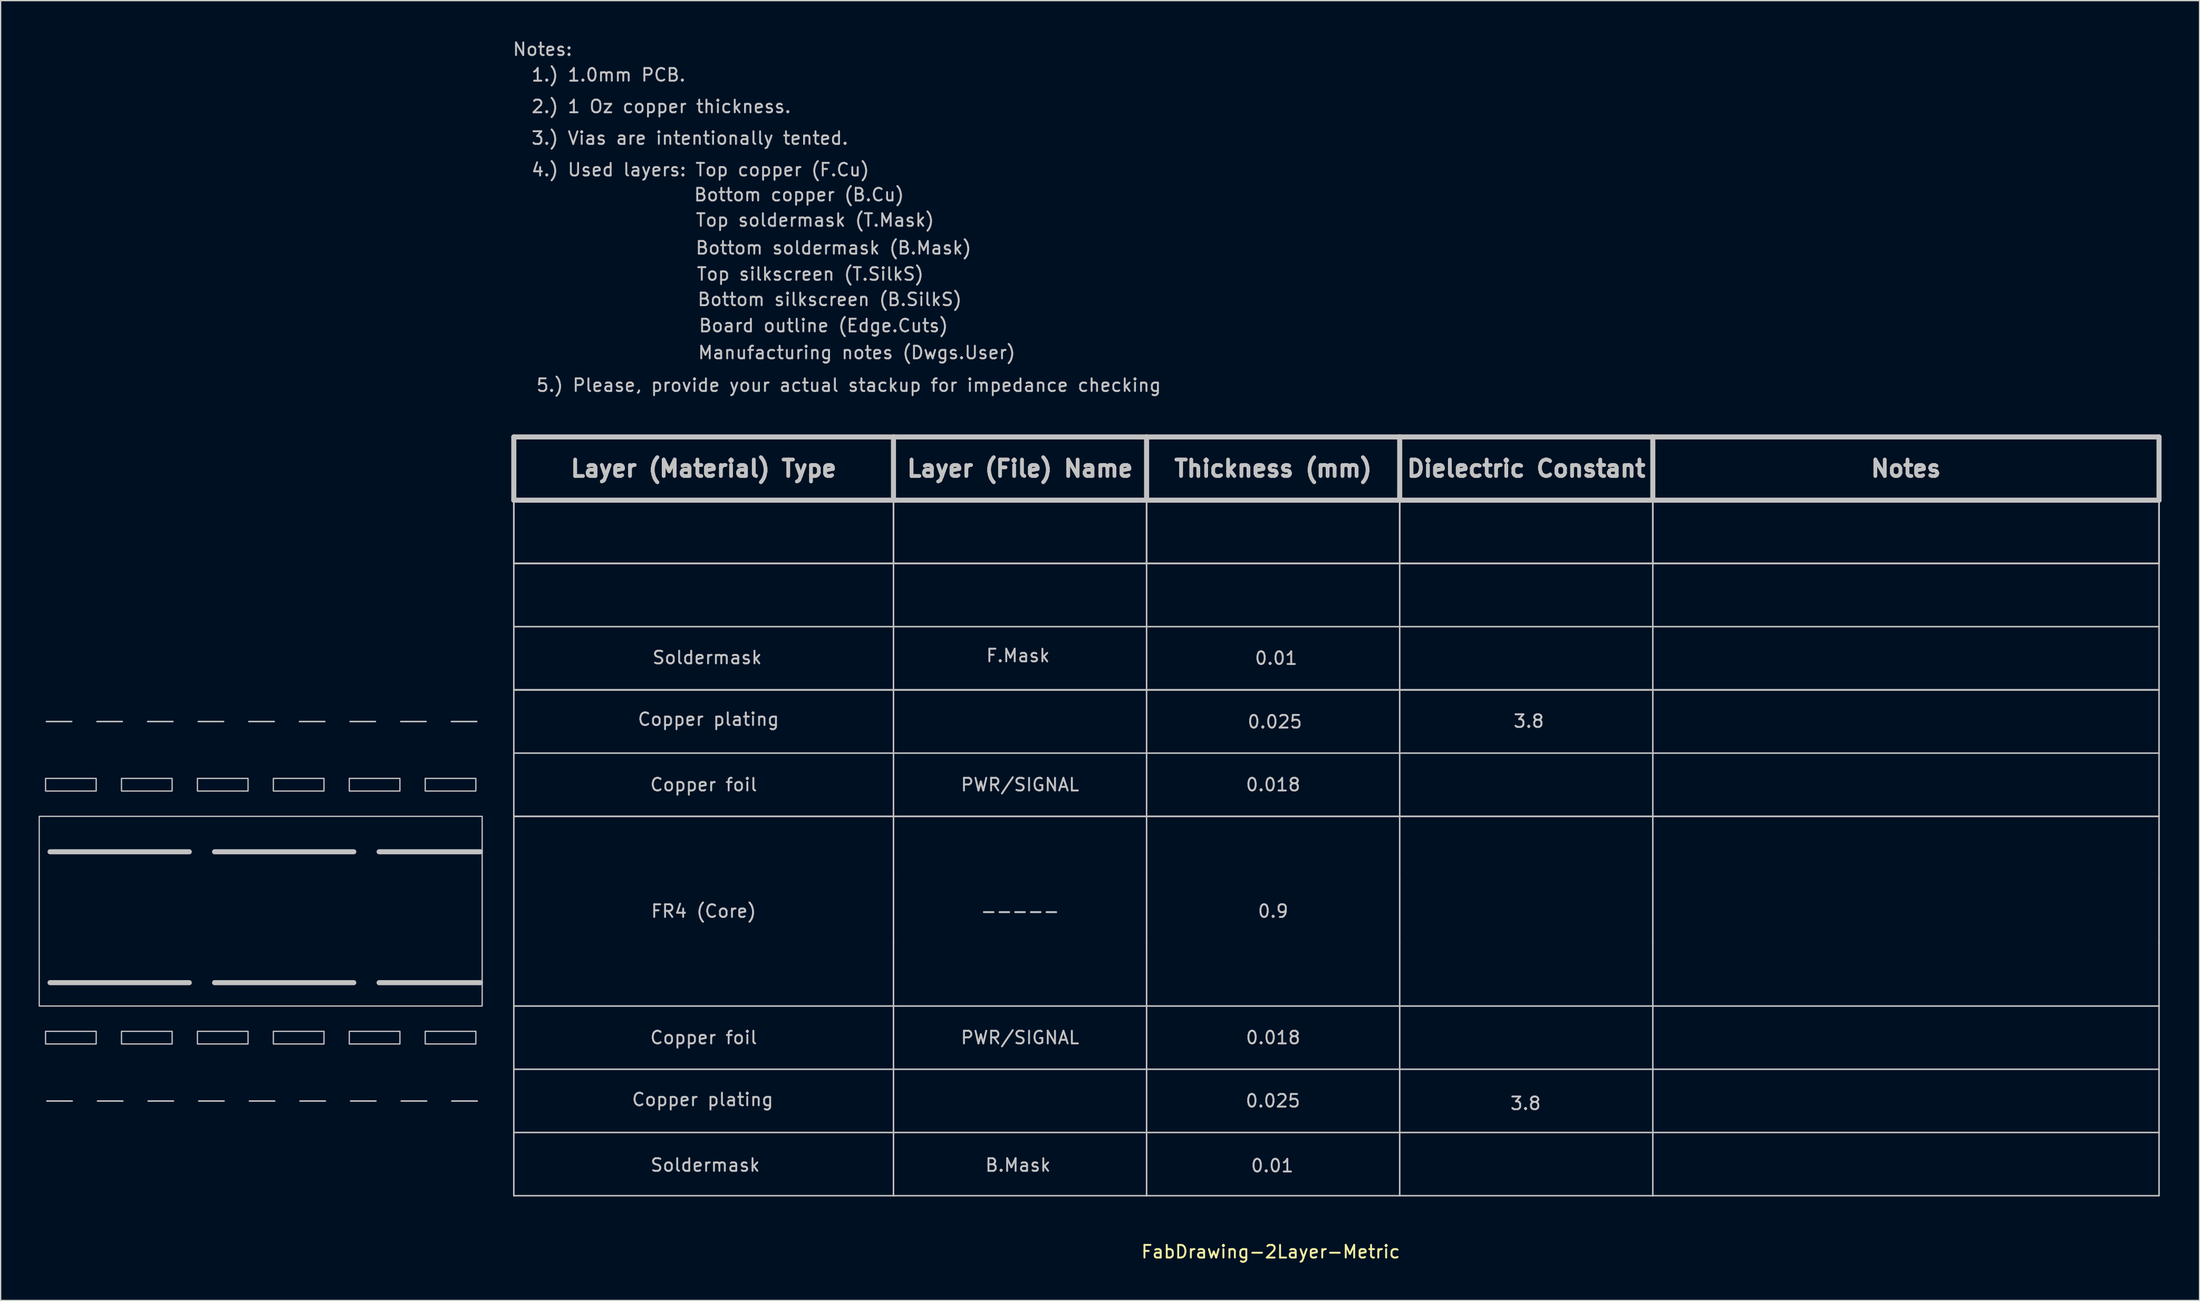
<source format=kicad_pcb>
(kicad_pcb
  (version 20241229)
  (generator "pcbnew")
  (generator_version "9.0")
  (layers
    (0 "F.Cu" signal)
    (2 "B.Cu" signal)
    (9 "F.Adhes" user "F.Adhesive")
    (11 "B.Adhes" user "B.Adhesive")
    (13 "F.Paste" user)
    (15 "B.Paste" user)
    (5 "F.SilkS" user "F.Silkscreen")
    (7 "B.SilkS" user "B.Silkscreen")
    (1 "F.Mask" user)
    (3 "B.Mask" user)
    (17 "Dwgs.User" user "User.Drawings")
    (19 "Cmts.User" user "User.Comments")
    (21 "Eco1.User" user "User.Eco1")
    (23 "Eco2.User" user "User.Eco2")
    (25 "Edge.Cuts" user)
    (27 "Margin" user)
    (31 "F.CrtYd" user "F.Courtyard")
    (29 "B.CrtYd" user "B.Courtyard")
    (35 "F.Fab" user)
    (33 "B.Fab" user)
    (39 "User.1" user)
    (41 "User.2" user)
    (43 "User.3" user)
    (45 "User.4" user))
  (footprint "FabDrawing-2Layer-Metric"
    (layer "F.Cu")
    (at 37.55 36.502)
    (property "Reference" "FabDrawing-2Layer-Metric" (at 59.808 59.434 0) (layer "F.SilkS") (effects (font (size 1 1) (thickness 0.15))))
    (attr through_hole)
    (fp_line (start -36.644 27.803) (end -25.644 27.803) (stroke (width 0.4) (type solid)) (layer "Dwgs.User"))
    (fp_line (start -36.644 38.153) (end -25.644 38.153) (stroke (width 0.4) (type solid)) (layer "Dwgs.User"))
    (fp_line (start -34.934 17.503) (end -36.934 17.503) (stroke (width 0.12) (type solid)) (layer "Dwgs.User"))
    (fp_line (start -34.894 47.513) (end -36.894 47.513) (stroke (width 0.12) (type solid)) (layer "Dwgs.User"))
    (fp_line (start -30.934 17.503) (end -32.934 17.503) (stroke (width 0.12) (type solid)) (layer "Dwgs.User"))
    (fp_line (start -30.894 47.513) (end -32.894 47.513) (stroke (width 0.12) (type solid)) (layer "Dwgs.User"))
    (fp_line (start -26.934 17.503) (end -28.934 17.503) (stroke (width 0.12) (type solid)) (layer "Dwgs.User"))
    (fp_line (start -26.894 47.513) (end -28.894 47.513) (stroke (width 0.12) (type solid)) (layer "Dwgs.User"))
    (fp_line (start -23.644 27.803) (end -12.644 27.803) (stroke (width 0.4) (type solid)) (layer "Dwgs.User"))
    (fp_line (start -23.644 38.153) (end -12.644 38.153) (stroke (width 0.4) (type solid)) (layer "Dwgs.User"))
    (fp_line (start -22.934 17.503) (end -24.934 17.503) (stroke (width 0.12) (type solid)) (layer "Dwgs.User"))
    (fp_line (start -22.894 47.513) (end -24.894 47.513) (stroke (width 0.12) (type solid)) (layer "Dwgs.User"))
    (fp_line (start -18.934 17.503) (end -20.934 17.503) (stroke (width 0.12) (type solid)) (layer "Dwgs.User"))
    (fp_line (start -18.894 47.513) (end -20.894 47.513) (stroke (width 0.12) (type solid)) (layer "Dwgs.User"))
    (fp_line (start -14.934 17.503) (end -16.934 17.503) (stroke (width 0.12) (type solid)) (layer "Dwgs.User"))
    (fp_line (start -14.894 47.513) (end -16.894 47.513) (stroke (width 0.12) (type solid)) (layer "Dwgs.User"))
    (fp_line (start -10.934 17.503) (end -12.934 17.503) (stroke (width 0.12) (type solid)) (layer "Dwgs.User"))
    (fp_line (start -10.894 47.513) (end -12.894 47.513) (stroke (width 0.12) (type solid)) (layer "Dwgs.User"))
    (fp_line (start -10.644 27.803) (end -2.644 27.803) (stroke (width 0.4) (type solid)) (layer "Dwgs.User"))
    (fp_line (start -10.644 38.153) (end -2.644 38.153) (stroke (width 0.4) (type solid)) (layer "Dwgs.User"))
    (fp_line (start -6.934 17.503) (end -8.934 17.503) (stroke (width 0.12) (type solid)) (layer "Dwgs.User"))
    (fp_line (start -6.894 47.513) (end -8.894 47.513) (stroke (width 0.12) (type solid)) (layer "Dwgs.User"))
    (fp_line (start -2.934 17.503) (end -4.934 17.503) (stroke (width 0.12) (type solid)) (layer "Dwgs.User"))
    (fp_line (start -2.894 47.513) (end -4.894 47.513) (stroke (width 0.12) (type solid)) (layer "Dwgs.User"))
    (fp_line (start 0 -5) (end 30 -5) (stroke (width 0.4) (type solid)) (layer "Dwgs.User"))
    (fp_line (start 0 0) (end 0 -5) (stroke (width 0.4) (type solid)) (layer "Dwgs.User"))
    (fp_line (start 0 0) (end 0 5) (stroke (width 0.12) (type solid)) (layer "Dwgs.User"))
    (fp_line (start 0 0) (end 0 5) (stroke (width 0.12) (type solid)) (layer "Dwgs.User"))
    (fp_line (start 0 0) (end 0 5) (stroke (width 0.12) (type solid)) (layer "Dwgs.User"))
    (fp_line (start 0 0) (end 30 0) (stroke (width 0.12) (type solid)) (layer "Dwgs.User"))
    (fp_line (start 0 0) (end 30 0) (stroke (width 0.12) (type solid)) (layer "Dwgs.User"))
    (fp_line (start 0 0) (end 30 0) (stroke (width 0.12) (type solid)) (layer "Dwgs.User"))
    (fp_line (start 0 5) (end 0 10) (stroke (width 0.12) (type solid)) (layer "Dwgs.User"))
    (fp_line (start 0 5) (end 30 5) (stroke (width 0.12) (type solid)) (layer "Dwgs.User"))
    (fp_line (start 0 5) (end 30 5) (stroke (width 0.12) (type solid)) (layer "Dwgs.User"))
    (fp_line (start 0 5) (end 30 5) (stroke (width 0.12) (type solid)) (layer "Dwgs.User"))
    (fp_line (start 0 10) (end 0 15) (stroke (width 0.12) (type solid)) (layer "Dwgs.User"))
    (fp_line (start 0 10) (end 30 10) (stroke (width 0.12) (type solid)) (layer "Dwgs.User"))
    (fp_line (start 0 15) (end 0 20) (stroke (width 0.12) (type solid)) (layer "Dwgs.User"))
    (fp_line (start 0 15) (end 30 15) (stroke (width 0.12) (type solid)) (layer "Dwgs.User"))
    (fp_line (start 0 15) (end 30 15) (stroke (width 0.12) (type solid)) (layer "Dwgs.User"))
    (fp_line (start 0 15) (end 30 15) (stroke (width 0.12) (type solid)) (layer "Dwgs.User"))
    (fp_line (start 0 20) (end 0 25) (stroke (width 0.12) (type solid)) (layer "Dwgs.User"))
    (fp_line (start 0 20) (end 30 20) (stroke (width 0.12) (type solid)) (layer "Dwgs.User"))
    (fp_line (start 0 25) (end 0 30) (stroke (width 0.12) (type solid)) (layer "Dwgs.User"))
    (fp_line (start 0 25) (end 30 25) (stroke (width 0.12) (type solid)) (layer "Dwgs.User"))
    (fp_line (start 0 25) (end 30 25) (stroke (width 0.12) (type solid)) (layer "Dwgs.User"))
    (fp_line (start 0 30) (end 0 35) (stroke (width 0.12) (type solid)) (layer "Dwgs.User"))
    (fp_line (start 0 35) (end 0 40) (stroke (width 0.12) (type solid)) (layer "Dwgs.User"))
    (fp_line (start 0 40) (end 0 45) (stroke (width 0.12) (type solid)) (layer "Dwgs.User"))
    (fp_line (start 0 40) (end 30 40) (stroke (width 0.12) (type solid)) (layer "Dwgs.User"))
    (fp_line (start 0 45) (end 0 50) (stroke (width 0.12) (type solid)) (layer "Dwgs.User"))
    (fp_line (start 0 45) (end 30 45) (stroke (width 0.12) (type solid)) (layer "Dwgs.User"))
    (fp_line (start 0 50) (end 0 55) (stroke (width 0.12) (type solid)) (layer "Dwgs.User"))
    (fp_line (start 0 50) (end 30 50) (stroke (width 0.12) (type solid)) (layer "Dwgs.User"))
    (fp_line (start 0 55) (end 30 55) (stroke (width 0.12) (type solid)) (layer "Dwgs.User"))
    (fp_line (start 30 -5) (end 30 0) (stroke (width 0.4) (type solid)) (layer "Dwgs.User"))
    (fp_line (start 30 0) (end 0 0) (stroke (width 0.4) (type solid)) (layer "Dwgs.User"))
    (fp_line (start 30 0) (end 30 5) (stroke (width 0.12) (type solid)) (layer "Dwgs.User"))
    (fp_line (start 30 0) (end 30 5) (stroke (width 0.12) (type solid)) (layer "Dwgs.User"))
    (fp_line (start 30 0) (end 30 5) (stroke (width 0.12) (type solid)) (layer "Dwgs.User"))
    (fp_line (start 30 0) (end 50 0) (stroke (width 0.12) (type solid)) (layer "Dwgs.User"))
    (fp_line (start 30 0) (end 50 0) (stroke (width 0.12) (type solid)) (layer "Dwgs.User"))
    (fp_line (start 30 0) (end 50 0) (stroke (width 0.12) (type solid)) (layer "Dwgs.User"))
    (fp_line (start 30 0) (end 50 0) (stroke (width 0.4) (type solid)) (layer "Dwgs.User"))
    (fp_line (start 30 5) (end 30 10) (stroke (width 0.12) (type solid)) (layer "Dwgs.User"))
    (fp_line (start 30 10) (end 30 15) (stroke (width 0.12) (type solid)) (layer "Dwgs.User"))
    (fp_line (start 30 10) (end 50 10) (stroke (width 0.12) (type solid)) (layer "Dwgs.User"))
    (fp_line (start 30 15) (end 30 20) (stroke (width 0.12) (type solid)) (layer "Dwgs.User"))
    (fp_line (start 30 20) (end 30 25) (stroke (width 0.12) (type solid)) (layer "Dwgs.User"))
    (fp_line (start 30 20) (end 50 20) (stroke (width 0.12) (type solid)) (layer "Dwgs.User"))
    (fp_line (start 30 25) (end 50 25) (stroke (width 0.12) (type solid)) (layer "Dwgs.User"))
    (fp_line (start 30 30) (end 30 25) (stroke (width 0.12) (type solid)) (layer "Dwgs.User"))
    (fp_line (start 30 35) (end 30 30) (stroke (width 0.12) (type solid)) (layer "Dwgs.User"))
    (fp_line (start 30 40) (end 30 35) (stroke (width 0.12) (type solid)) (layer "Dwgs.User"))
    (fp_line (start 30 40) (end 30 45) (stroke (width 0.12) (type solid)) (layer "Dwgs.User"))
    (fp_line (start 30 40) (end 50 40) (stroke (width 0.12) (type solid)) (layer "Dwgs.User"))
    (fp_line (start 30 45) (end 50 45) (stroke (width 0.12) (type solid)) (layer "Dwgs.User"))
    (fp_line (start 30 50) (end 30 45) (stroke (width 0.12) (type solid)) (layer "Dwgs.User"))
    (fp_line (start 30 50) (end 50 50) (stroke (width 0.12) (type solid)) (layer "Dwgs.User"))
    (fp_line (start 30 55) (end 30 50) (stroke (width 0.12) (type solid)) (layer "Dwgs.User"))
    (fp_line (start 50 -5) (end 30 -5) (stroke (width 0.4) (type solid)) (layer "Dwgs.User"))
    (fp_line (start 50 -5) (end 70 -5) (stroke (width 0.4) (type solid)) (layer "Dwgs.User"))
    (fp_line (start 50 0) (end 50 -5) (stroke (width 0.4) (type solid)) (layer "Dwgs.User"))
    (fp_line (start 50 0) (end 50 5) (stroke (width 0.12) (type solid)) (layer "Dwgs.User"))
    (fp_line (start 50 0) (end 50 5) (stroke (width 0.12) (type solid)) (layer "Dwgs.User"))
    (fp_line (start 50 0) (end 50 5) (stroke (width 0.12) (type solid)) (layer "Dwgs.User"))
    (fp_line (start 50 5) (end 30 5) (stroke (width 0.12) (type solid)) (layer "Dwgs.User"))
    (fp_line (start 50 5) (end 30 5) (stroke (width 0.12) (type solid)) (layer "Dwgs.User"))
    (fp_line (start 50 5) (end 30 5) (stroke (width 0.12) (type solid)) (layer "Dwgs.User"))
    (fp_line (start 50 5) (end 50 10) (stroke (width 0.12) (type solid)) (layer "Dwgs.User"))
    (fp_line (start 50 5) (end 70 5) (stroke (width 0.12) (type solid)) (layer "Dwgs.User"))
    (fp_line (start 50 5) (end 70 5) (stroke (width 0.12) (type solid)) (layer "Dwgs.User"))
    (fp_line (start 50 5) (end 70 5) (stroke (width 0.12) (type solid)) (layer "Dwgs.User"))
    (fp_line (start 50 10) (end 50 15) (stroke (width 0.12) (type solid)) (layer "Dwgs.User"))
    (fp_line (start 50 15) (end 30 15) (stroke (width 0.12) (type solid)) (layer "Dwgs.User"))
    (fp_line (start 50 15) (end 30 15) (stroke (width 0.12) (type solid)) (layer "Dwgs.User"))
    (fp_line (start 50 15) (end 30 15) (stroke (width 0.12) (type solid)) (layer "Dwgs.User"))
    (fp_line (start 50 15) (end 50 20) (stroke (width 0.12) (type solid)) (layer "Dwgs.User"))
    (fp_line (start 50 15) (end 70 15) (stroke (width 0.12) (type solid)) (layer "Dwgs.User"))
    (fp_line (start 50 15) (end 70 15) (stroke (width 0.12) (type solid)) (layer "Dwgs.User"))
    (fp_line (start 50 15) (end 70 15) (stroke (width 0.12) (type solid)) (layer "Dwgs.User"))
    (fp_line (start 50 20) (end 70 20) (stroke (width 0.12) (type solid)) (layer "Dwgs.User"))
    (fp_line (start 50 25) (end 30 25) (stroke (width 0.12) (type solid)) (layer "Dwgs.User"))
    (fp_line (start 50 25) (end 50 20) (stroke (width 0.12) (type solid)) (layer "Dwgs.User"))
    (fp_line (start 50 25) (end 70 25) (stroke (width 0.12) (type solid)) (layer "Dwgs.User"))
    (fp_line (start 50 25) (end 70 25) (stroke (width 0.12) (type solid)) (layer "Dwgs.User"))
    (fp_line (start 50 30) (end 50 25) (stroke (width 0.12) (type solid)) (layer "Dwgs.User"))
    (fp_line (start 50 35) (end 50 30) (stroke (width 0.12) (type solid)) (layer "Dwgs.User"))
    (fp_line (start 50 35) (end 50 40) (stroke (width 0.12) (type solid)) (layer "Dwgs.User"))
    (fp_line (start 50 40) (end 70 40) (stroke (width 0.12) (type solid)) (layer "Dwgs.User"))
    (fp_line (start 50 45) (end 50 40) (stroke (width 0.12) (type solid)) (layer "Dwgs.User"))
    (fp_line (start 50 45) (end 50 50) (stroke (width 0.12) (type solid)) (layer "Dwgs.User"))
    (fp_line (start 50 45) (end 70 45) (stroke (width 0.12) (type solid)) (layer "Dwgs.User"))
    (fp_line (start 50 50) (end 50 55) (stroke (width 0.12) (type solid)) (layer "Dwgs.User"))
    (fp_line (start 50 50) (end 70 50) (stroke (width 0.12) (type solid)) (layer "Dwgs.User"))
    (fp_line (start 50 55) (end 30 55) (stroke (width 0.12) (type solid)) (layer "Dwgs.User"))
    (fp_line (start 70 -5) (end 70 0) (stroke (width 0.4) (type solid)) (layer "Dwgs.User"))
    (fp_line (start 70 0) (end 50 0) (stroke (width 0.12) (type solid)) (layer "Dwgs.User"))
    (fp_line (start 70 0) (end 50 0) (stroke (width 0.12) (type solid)) (layer "Dwgs.User"))
    (fp_line (start 70 0) (end 50 0) (stroke (width 0.12) (type solid)) (layer "Dwgs.User"))
    (fp_line (start 70 0) (end 50 0) (stroke (width 0.4) (type solid)) (layer "Dwgs.User"))
    (fp_line (start 70 0) (end 70 5) (stroke (width 0.12) (type solid)) (layer "Dwgs.User"))
    (fp_line (start 70 0) (end 70 5) (stroke (width 0.12) (type solid)) (layer "Dwgs.User"))
    (fp_line (start 70 0) (end 70 5) (stroke (width 0.12) (type solid)) (layer "Dwgs.User"))
    (fp_line (start 70 0) (end 90 0) (stroke (width 0.12) (type solid)) (layer "Dwgs.User"))
    (fp_line (start 70 0) (end 90 0) (stroke (width 0.12) (type solid)) (layer "Dwgs.User"))
    (fp_line (start 70 0) (end 90 0) (stroke (width 0.12) (type solid)) (layer "Dwgs.User"))
    (fp_line (start 70 0) (end 90 0) (stroke (width 0.4) (type solid)) (layer "Dwgs.User"))
    (fp_line (start 70 5) (end 70 10) (stroke (width 0.12) (type solid)) (layer "Dwgs.User"))
    (fp_line (start 70 5) (end 90 5) (stroke (width 0.12) (type solid)) (layer "Dwgs.User"))
    (fp_line (start 70 5) (end 90 5) (stroke (width 0.12) (type solid)) (layer "Dwgs.User"))
    (fp_line (start 70 5) (end 90 5) (stroke (width 0.12) (type solid)) (layer "Dwgs.User"))
    (fp_line (start 70 10) (end 50 10) (stroke (width 0.12) (type solid)) (layer "Dwgs.User"))
    (fp_line (start 70 10) (end 70 15) (stroke (width 0.12) (type solid)) (layer "Dwgs.User"))
    (fp_line (start 70 10) (end 90 10) (stroke (width 0.12) (type solid)) (layer "Dwgs.User"))
    (fp_line (start 70 15) (end 70 20) (stroke (width 0.12) (type solid)) (layer "Dwgs.User"))
    (fp_line (start 70 15) (end 90 15) (stroke (width 0.12) (type solid)) (layer "Dwgs.User"))
    (fp_line (start 70 15) (end 90 15) (stroke (width 0.12) (type solid)) (layer "Dwgs.User"))
    (fp_line (start 70 15) (end 90 15) (stroke (width 0.12) (type solid)) (layer "Dwgs.User"))
    (fp_line (start 70 20) (end 90 20) (stroke (width 0.12) (type solid)) (layer "Dwgs.User"))
    (fp_line (start 70 25) (end 70 20) (stroke (width 0.12) (type solid)) (layer "Dwgs.User"))
    (fp_line (start 70 25) (end 90 25) (stroke (width 0.12) (type solid)) (layer "Dwgs.User"))
    (fp_line (start 70 25) (end 90 25) (stroke (width 0.12) (type solid)) (layer "Dwgs.User"))
    (fp_line (start 70 30) (end 70 25) (stroke (width 0.12) (type solid)) (layer "Dwgs.User"))
    (fp_line (start 70 35) (end 70 30) (stroke (width 0.12) (type solid)) (layer "Dwgs.User"))
    (fp_line (start 70 40) (end 70 35) (stroke (width 0.12) (type solid)) (layer "Dwgs.User"))
    (fp_line (start 70 40) (end 90 40) (stroke (width 0.12) (type solid)) (layer "Dwgs.User"))
    (fp_line (start 70 45) (end 70 40) (stroke (width 0.12) (type solid)) (layer "Dwgs.User"))
    (fp_line (start 70 45) (end 90 45) (stroke (width 0.12) (type solid)) (layer "Dwgs.User"))
    (fp_line (start 70 50) (end 70 45) (stroke (width 0.12) (type solid)) (layer "Dwgs.User"))
    (fp_line (start 70 50) (end 70 55) (stroke (width 0.12) (type solid)) (layer "Dwgs.User"))
    (fp_line (start 70 50) (end 90 50) (stroke (width 0.12) (type solid)) (layer "Dwgs.User"))
    (fp_line (start 70 55) (end 50 55) (stroke (width 0.12) (type solid)) (layer "Dwgs.User"))
    (fp_line (start 90 -5) (end 70 -5) (stroke (width 0.4) (type solid)) (layer "Dwgs.User"))
    (fp_line (start 90 0) (end 90 -5) (stroke (width 0.4) (type solid)) (layer "Dwgs.User"))
    (fp_line (start 90 0) (end 90 5) (stroke (width 0.12) (type solid)) (layer "Dwgs.User"))
    (fp_line (start 90 0) (end 90 5) (stroke (width 0.12) (type solid)) (layer "Dwgs.User"))
    (fp_line (start 90 0) (end 90 5) (stroke (width 0.12) (type solid)) (layer "Dwgs.User"))
    (fp_line (start 90 0) (end 130 0) (stroke (width 0.12) (type solid)) (layer "Dwgs.User"))
    (fp_line (start 90 0) (end 130 0) (stroke (width 0.12) (type solid)) (layer "Dwgs.User"))
    (fp_line (start 90 0) (end 130 0) (stroke (width 0.12) (type solid)) (layer "Dwgs.User"))
    (fp_line (start 90 0) (end 130 0) (stroke (width 0.4) (type solid)) (layer "Dwgs.User"))
    (fp_line (start 90 5) (end 90 10) (stroke (width 0.12) (type solid)) (layer "Dwgs.User"))
    (fp_line (start 90 5) (end 130 5) (stroke (width 0.12) (type solid)) (layer "Dwgs.User"))
    (fp_line (start 90 5) (end 130 5) (stroke (width 0.12) (type solid)) (layer "Dwgs.User"))
    (fp_line (start 90 5) (end 130 5) (stroke (width 0.12) (type solid)) (layer "Dwgs.User"))
    (fp_line (start 90 10) (end 90 15) (stroke (width 0.12) (type solid)) (layer "Dwgs.User"))
    (fp_line (start 90 10) (end 130 10) (stroke (width 0.12) (type solid)) (layer "Dwgs.User"))
    (fp_line (start 90 15) (end 90 20) (stroke (width 0.12) (type solid)) (layer "Dwgs.User"))
    (fp_line (start 90 15) (end 130 15) (stroke (width 0.12) (type solid)) (layer "Dwgs.User"))
    (fp_line (start 90 15) (end 130 15) (stroke (width 0.12) (type solid)) (layer "Dwgs.User"))
    (fp_line (start 90 15) (end 130 15) (stroke (width 0.12) (type solid)) (layer "Dwgs.User"))
    (fp_line (start 90 20) (end 130 20) (stroke (width 0.12) (type solid)) (layer "Dwgs.User"))
    (fp_line (start 90 25) (end 90 20) (stroke (width 0.12) (type solid)) (layer "Dwgs.User"))
    (fp_line (start 90 25) (end 130 25) (stroke (width 0.12) (type solid)) (layer "Dwgs.User"))
    (fp_line (start 90 25) (end 130 25) (stroke (width 0.12) (type solid)) (layer "Dwgs.User"))
    (fp_line (start 90 30) (end 90 25) (stroke (width 0.12) (type solid)) (layer "Dwgs.User"))
    (fp_line (start 90 35) (end 90 30) (stroke (width 0.12) (type solid)) (layer "Dwgs.User"))
    (fp_line (start 90 40) (end 90 35) (stroke (width 0.12) (type solid)) (layer "Dwgs.User"))
    (fp_line (start 90 40) (end 90 45) (stroke (width 0.12) (type solid)) (layer "Dwgs.User"))
    (fp_line (start 90 40) (end 130 40) (stroke (width 0.12) (type solid)) (layer "Dwgs.User"))
    (fp_line (start 90 45) (end 130 45) (stroke (width 0.12) (type solid)) (layer "Dwgs.User"))
    (fp_line (start 90 50) (end 90 45) (stroke (width 0.12) (type solid)) (layer "Dwgs.User"))
    (fp_line (start 90 50) (end 90 55) (stroke (width 0.12) (type solid)) (layer "Dwgs.User"))
    (fp_line (start 90 50) (end 130 50) (stroke (width 0.12) (type solid)) (layer "Dwgs.User"))
    (fp_line (start 90 55) (end 70 55) (stroke (width 0.12) (type solid)) (layer "Dwgs.User"))
    (fp_line (start 90 55) (end 130 55) (stroke (width 0.12) (type solid)) (layer "Dwgs.User"))
    (fp_line (start 130 -5) (end 90 -5) (stroke (width 0.4) (type solid)) (layer "Dwgs.User"))
    (fp_line (start 130 0) (end 130 -5) (stroke (width 0.4) (type solid)) (layer "Dwgs.User"))
    (fp_line (start 130 0) (end 130 5) (stroke (width 0.12) (type solid)) (layer "Dwgs.User"))
    (fp_line (start 130 0) (end 130 5) (stroke (width 0.12) (type solid)) (layer "Dwgs.User"))
    (fp_line (start 130 0) (end 130 5) (stroke (width 0.12) (type solid)) (layer "Dwgs.User"))
    (fp_line (start 130 5) (end 130 10) (stroke (width 0.12) (type solid)) (layer "Dwgs.User"))
    (fp_line (start 130 10) (end 130 15) (stroke (width 0.12) (type solid)) (layer "Dwgs.User"))
    (fp_line (start 130 15) (end 130 20) (stroke (width 0.12) (type solid)) (layer "Dwgs.User"))
    (fp_line (start 130 25) (end 130 20) (stroke (width 0.12) (type solid)) (layer "Dwgs.User"))
    (fp_line (start 130 25) (end 130 30) (stroke (width 0.12) (type solid)) (layer "Dwgs.User"))
    (fp_line (start 130 30) (end 130 35) (stroke (width 0.12) (type solid)) (layer "Dwgs.User"))
    (fp_line (start 130 40) (end 130 35) (stroke (width 0.12) (type solid)) (layer "Dwgs.User"))
    (fp_line (start 130 45) (end 130 40) (stroke (width 0.12) (type solid)) (layer "Dwgs.User"))
    (fp_line (start 130 50) (end 130 45) (stroke (width 0.12) (type solid)) (layer "Dwgs.User"))
    (fp_line (start 130 50) (end 130 55) (stroke (width 0.12) (type solid)) (layer "Dwgs.User"))
    (fp_poly (pts (xy -33 23) (xy -37 23) (xy -37 22) (xy -33 22)) (stroke (width 0.1) (type solid)) (fill no) (layer "Dwgs.User"))
    (fp_poly (pts (xy -33 43) (xy -37 43) (xy -37 42) (xy -33 42)) (stroke (width 0.1) (type solid)) (fill no) (layer "Dwgs.User"))
    (fp_poly (pts (xy -27 23) (xy -31 23) (xy -31 22) (xy -27 22)) (stroke (width 0.1) (type solid)) (fill no) (layer "Dwgs.User"))
    (fp_poly (pts (xy -27 43) (xy -31 43) (xy -31 42) (xy -27 42)) (stroke (width 0.1) (type solid)) (fill no) (layer "Dwgs.User"))
    (fp_poly (pts (xy -21 23) (xy -25 23) (xy -25 22) (xy -21 22)) (stroke (width 0.1) (type solid)) (fill no) (layer "Dwgs.User"))
    (fp_poly (pts (xy -21 43) (xy -25 43) (xy -25 42) (xy -21 42)) (stroke (width 0.1) (type solid)) (fill no) (layer "Dwgs.User"))
    (fp_poly (pts (xy -15 23) (xy -19 23) (xy -19 22) (xy -15 22)) (stroke (width 0.1) (type solid)) (fill no) (layer "Dwgs.User"))
    (fp_poly (pts (xy -15 43) (xy -19 43) (xy -19 42) (xy -15 42)) (stroke (width 0.1) (type solid)) (fill no) (layer "Dwgs.User"))
    (fp_poly (pts (xy -9 23) (xy -13 23) (xy -13 22) (xy -9 22)) (stroke (width 0.1) (type solid)) (fill no) (layer "Dwgs.User"))
    (fp_poly (pts (xy -9 43) (xy -13 43) (xy -13 42) (xy -9 42)) (stroke (width 0.1) (type solid)) (fill no) (layer "Dwgs.User"))
    (fp_poly (pts (xy -3 23) (xy -7 23) (xy -7 22) (xy -3 22)) (stroke (width 0.1) (type solid)) (fill no) (layer "Dwgs.User"))
    (fp_poly (pts (xy -3 43) (xy -7 43) (xy -7 42) (xy -3 42)) (stroke (width 0.1) (type solid)) (fill no) (layer "Dwgs.User"))
    (fp_poly (pts (xy -2.5 40) (xy -37.5 40) (xy -37.5 25) (xy -2.5 25)) (stroke (width 0.1) (type solid)) (fill no) (layer "Dwgs.User"))
    (fp_text user "B.Mask" (at 39.84 52.58 0) (layer "Dwgs.User") (effects (font (size 1 1) (thickness 0.15))))
    (fp_text user "0.025" (at 59.982 47.498 0) (layer "Dwgs.User") (effects (font (size 1 1) (thickness 0.15))))
    (fp_text user "Top silkscreen (T.SilkS)" (at 14.373 -17.88 0) (layer "Dwgs.User") (effects (font (size 1 1) (thickness 0.15)) (justify left)))
    (fp_text user "Thickness (mm)" (at 60 -2.5 0) (layer "Dwgs.User") (effects (font (size 1.3 1.3) (thickness 0.3))))
    (fp_text user "Dielectric Constant" (at 80 -2.5 0) (layer "Dwgs.User") (effects (font (size 1.3 1.3) (thickness 0.3))))
    (fp_text user "Copper foil" (at 15 42.5 0) (layer "Dwgs.User") (effects (font (size 1 1) (thickness 0.15))))
    (fp_text user "Notes" (at 110 -2.5 0) (layer "Dwgs.User") (effects (font (size 1.3 1.3) (thickness 0.3))))
    (fp_text user "Layer (Material) Type" (at 15 -2.5 0) (layer "Dwgs.User") (effects (font (size 1.3 1.3) (thickness 0.3))))
    (fp_text user "0.9" (at 60 32.5 0) (layer "Dwgs.User") (effects (font (size 1 1) (thickness 0.15))))
    (fp_text user "Copper plating" (at 15.38 17.323 0) (layer "Dwgs.User") (effects (font (size 1 1) (thickness 0.15))))
    (fp_text user "Copper plating" (at 14.922 47.396 0) (layer "Dwgs.User") (effects (font (size 1 1) (thickness 0.15))))
    (fp_text user "0.025" (at 60.135 17.526 0) (layer "Dwgs.User") (effects (font (size 1 1) (thickness 0.15))))
    (fp_text user "4.) Used layers: Top copper (F.Cu)" (at 1.313 -26.128 0) (layer "Dwgs.User") (effects (font (size 1 1) (thickness 0.15)) (justify left)))
    (fp_text user "0.018" (at 60 42.5 0) (layer "Dwgs.User") (effects (font (size 1 1) (thickness 0.15))))
    (fp_text user "Soldermask" (at 15.126 52.578 0) (layer "Dwgs.User") (effects (font (size 1 1) (thickness 0.15))))
    (fp_text user "Bottom silkscreen (B.SilkS)" (at 14.437 -15.873 0) (layer "Dwgs.User") (effects (font (size 1 1) (thickness 0.15)) (justify left)))
    (fp_text user "PWR/SIGNAL" (at 40 22.5 0) (layer "Dwgs.User") (effects (font (size 1 1) (thickness 0.15))))
    (fp_text user "Soldermask" (at 15.278 12.446 0) (layer "Dwgs.User") (effects (font (size 1 1) (thickness 0.15))))
    (fp_text user "Board outline (Edge.Cuts)" (at 14.539 -13.803 0) (layer "Dwgs.User") (effects (font (size 1 1) (thickness 0.15)) (justify left)))
    (fp_text user "0.01" (at 59.931 52.629 0) (layer "Dwgs.User") (effects (font (size 1 1) (thickness 0.15))))
    (fp_text user "1.) 1.0mm PCB." (at 1.313 -33.628 0) (layer "Dwgs.User") (effects (font (size 1 1) (thickness 0.15)) (justify left)))
    (fp_text user "Bottom soldermask (B.Mask)" (at 14.285 -19.95 0) (layer "Dwgs.User") (effects (font (size 1 1) (thickness 0.15)) (justify left)))
    (fp_text user "5.) Please, provide your actual stackup for impedance checking" (at 1.7 -9.09 0) (layer "Dwgs.User") (effects (font (size 1 1) (thickness 0.15)) (justify left)))
    (fp_text user "0.01" (at 60.236 12.497 0) (layer "Dwgs.User") (effects (font (size 1 1) (thickness 0.15))))
    (fp_text user "3.8" (at 80.201 17.475 0) (layer "Dwgs.User") (effects (font (size 1 1) (thickness 0.15))))
    (fp_text user "-----" (at 40 32.5 0) (layer "Dwgs.User") (effects (font (size 1 1) (thickness 0.15))))
    (fp_text user "Bottom copper (B.Cu)" (at 14.158 -24.153 0) (layer "Dwgs.User") (effects (font (size 1 1) (thickness 0.15)) (justify left)))
    (fp_text user "Notes:" (at -0.163 -35.653 0) (layer "Dwgs.User") (effects (font (size 1 1) (thickness 0.15)) (justify left)))
    (fp_text user "Manufacturing notes (Dwgs.User)" (at 14.475 -11.669 0) (layer "Dwgs.User") (effects (font (size 1 1) (thickness 0.15)) (justify left)))
    (fp_text user "F.Mask" (at 39.84 12.29 0) (layer "Dwgs.User") (effects (font (size 1 1) (thickness 0.15))))
    (fp_text user "2.) 1 Oz copper thickness." (at 1.313 -31.128 0) (layer "Dwgs.User") (effects (font (size 1 1) (thickness 0.15)) (justify left)))
    (fp_text user "Layer (File) Name" (at 40 -2.5 0) (layer "Dwgs.User") (effects (font (size 1.3 1.3) (thickness 0.3))))
    (fp_text user "3.) Vias are intentionally tented." (at 1.313 -28.628 0) (layer "Dwgs.User") (effects (font (size 1 1) (thickness 0.15)) (justify left)))
    (fp_text user "Top soldermask (T.Mask)" (at 14.297 -22.147 0) (layer "Dwgs.User") (effects (font (size 1 1) (thickness 0.15)) (justify left)))
    (fp_text user "0.018" (at 60 22.5 0) (layer "Dwgs.User") (effects (font (size 1 1) (thickness 0.15))))
    (fp_text user "3.8" (at 79.947 47.701 0) (layer "Dwgs.User") (effects (font (size 1 1) (thickness 0.15))))
    (fp_text user "FR4 (Core)" (at 15 32.5 0) (layer "Dwgs.User") (effects (font (size 1 1) (thickness 0.15))))
    (fp_text user "PWR/SIGNAL" (at 40 42.5 0) (layer "Dwgs.User") (effects (font (size 1 1) (thickness 0.15))))
    (fp_text user "Copper foil" (at 15 22.5 0) (layer "Dwgs.User") (effects (font (size 1 1) (thickness 0.15)))))
  (gr_rect
    (start -3 -3)
    (end 170.75 99.783)
    (stroke (width 0.1) (type default))
    (fill no)
    (layer "Edge.Cuts")))
</source>
